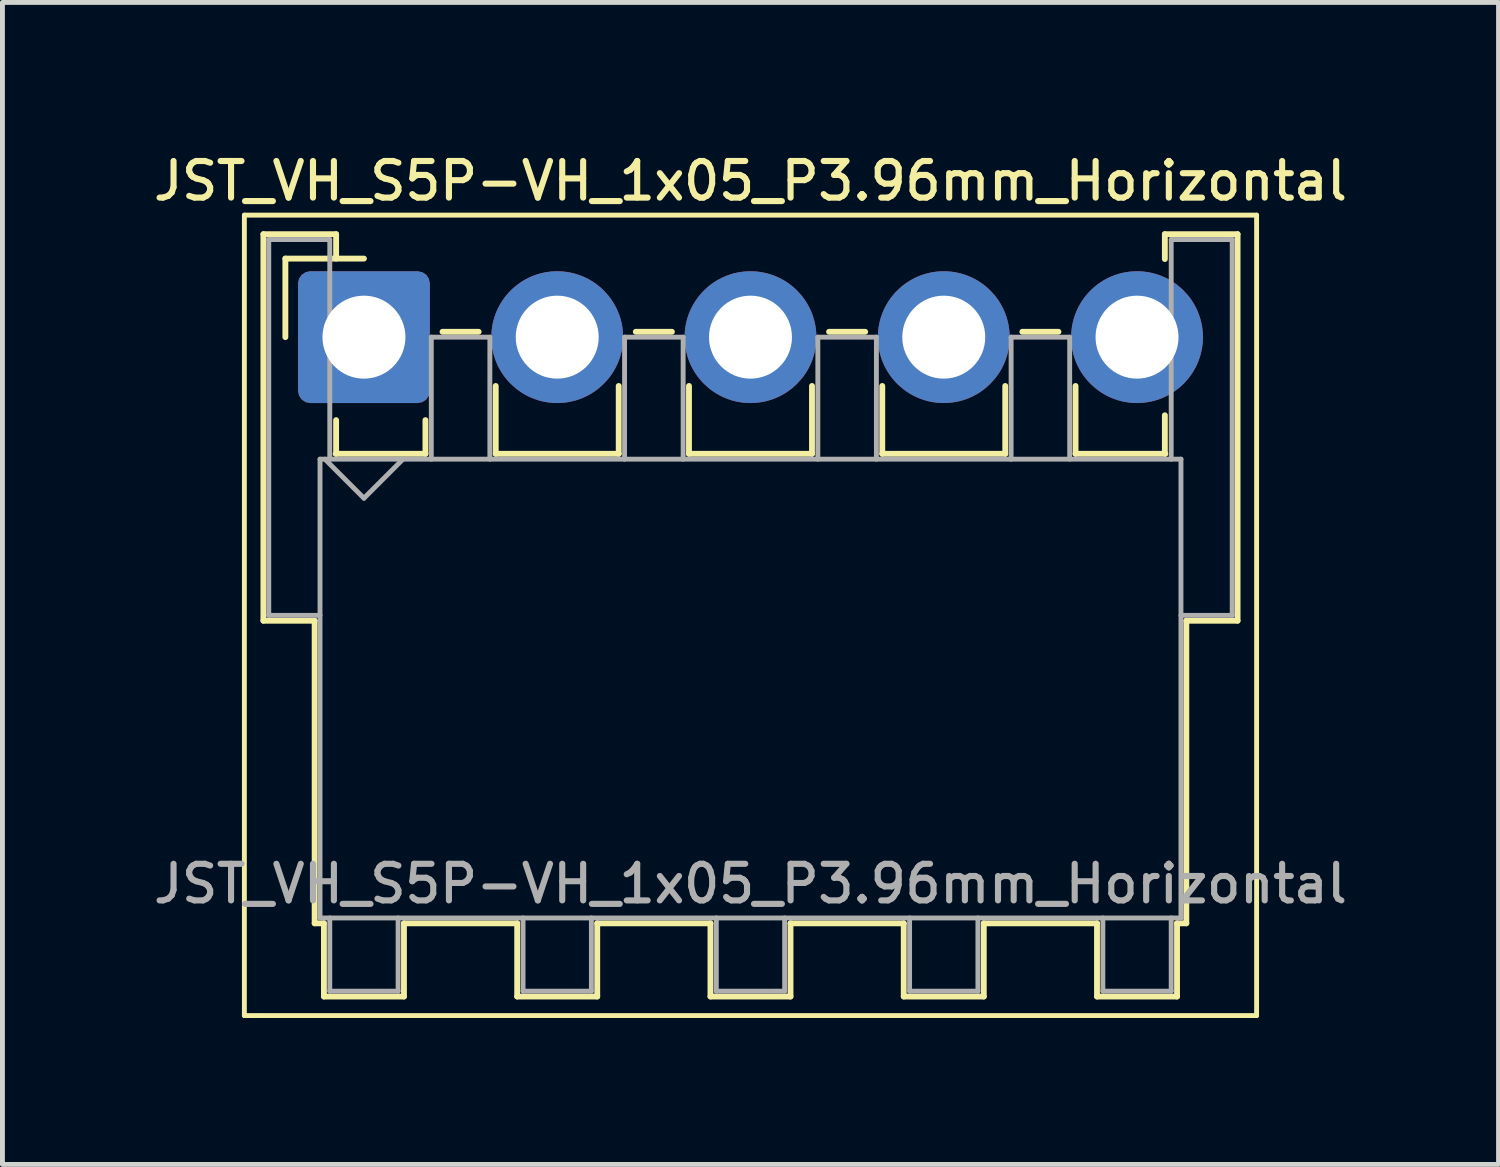
<source format=kicad_pcb>
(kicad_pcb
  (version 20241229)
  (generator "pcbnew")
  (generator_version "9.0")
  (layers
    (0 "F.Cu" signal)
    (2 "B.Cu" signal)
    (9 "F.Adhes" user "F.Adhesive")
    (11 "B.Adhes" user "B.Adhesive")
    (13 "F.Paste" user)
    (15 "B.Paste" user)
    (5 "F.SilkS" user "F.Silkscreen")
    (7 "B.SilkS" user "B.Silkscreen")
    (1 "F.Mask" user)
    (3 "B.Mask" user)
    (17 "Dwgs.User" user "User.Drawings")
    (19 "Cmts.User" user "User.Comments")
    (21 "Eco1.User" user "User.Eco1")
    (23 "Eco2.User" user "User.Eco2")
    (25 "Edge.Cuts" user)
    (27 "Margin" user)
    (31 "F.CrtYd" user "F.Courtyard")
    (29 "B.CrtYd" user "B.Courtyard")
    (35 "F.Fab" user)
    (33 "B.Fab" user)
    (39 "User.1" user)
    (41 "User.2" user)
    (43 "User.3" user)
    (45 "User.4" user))
  (footprint "JST_VH_S5P-VH_1x05_P3.96mm_Horizontal"
    (layer "F.Cu")
    (at 4.407 3.858)
    (property "Reference" "JST_VH_S5P-VH_1x05_P3.96mm_Horizontal" (at 7.92 -3.2 0) (layer "F.SilkS") (effects (font (size 0.75 0.75) (thickness 0.125))))
    (attr through_hole)
    (fp_line (start -2.45 -2.5) (end -2.45 13.9) (stroke (width 0.1) (type solid)) (layer "F.SilkS"))
    (fp_line (start -2.45 13.9) (end 18.29 13.9) (stroke (width 0.1) (type solid)) (layer "F.SilkS"))
    (fp_line (start -2.06 -2.11) (end -0.57 -2.11) (stroke (width 0.12) (type solid)) (layer "F.SilkS"))
    (fp_line (start -2.06 5.81) (end -2.06 -2.11) (stroke (width 0.12) (type solid)) (layer "F.SilkS"))
    (fp_line (start -1.61 -1.61) (end -1.61 0) (stroke (width 0.12) (type solid)) (layer "F.SilkS"))
    (fp_line (start -1.01 5.81) (end -2.06 5.81) (stroke (width 0.12) (type solid)) (layer "F.SilkS"))
    (fp_line (start -1.01 5.81) (end -1.01 12.01) (stroke (width 0.12) (type solid)) (layer "F.SilkS"))
    (fp_line (start -1.01 12.01) (end -0.82 12.01) (stroke (width 0.12) (type solid)) (layer "F.SilkS"))
    (fp_line (start -0.82 12.01) (end -0.82 13.51) (stroke (width 0.12) (type solid)) (layer "F.SilkS"))
    (fp_line (start -0.82 13.51) (end 0.82 13.51) (stroke (width 0.12) (type solid)) (layer "F.SilkS"))
    (fp_line (start -0.58 2.39) (end 1.26 2.39) (stroke (width 0.12) (type solid)) (layer "F.SilkS"))
    (fp_line (start -0.57 -2.11) (end -0.57 -1.61) (stroke (width 0.12) (type solid)) (layer "F.SilkS"))
    (fp_line (start -0.57 1.7) (end -0.57 2.39) (stroke (width 0.12) (type solid)) (layer "F.SilkS"))
    (fp_line (start 0 -1.61) (end -1.61 -1.61) (stroke (width 0.12) (type solid)) (layer "F.SilkS"))
    (fp_line (start 0.82 12.01) (end 3.14 12.01) (stroke (width 0.12) (type solid)) (layer "F.SilkS"))
    (fp_line (start 0.82 13.51) (end 0.82 12.01) (stroke (width 0.12) (type solid)) (layer "F.SilkS"))
    (fp_line (start 1.26 2.39) (end 1.26 1.7) (stroke (width 0.12) (type solid)) (layer "F.SilkS"))
    (fp_line (start 1.61 -0.11) (end 2.35 -0.11) (stroke (width 0.12) (type solid)) (layer "F.SilkS"))
    (fp_line (start 2.7 1) (end 2.7 2.39) (stroke (width 0.12) (type solid)) (layer "F.SilkS"))
    (fp_line (start 2.7 2.39) (end 5.22 2.39) (stroke (width 0.12) (type solid)) (layer "F.SilkS"))
    (fp_line (start 3.14 12.01) (end 3.14 13.51) (stroke (width 0.12) (type solid)) (layer "F.SilkS"))
    (fp_line (start 3.14 13.51) (end 4.78 13.51) (stroke (width 0.12) (type solid)) (layer "F.SilkS"))
    (fp_line (start 4.78 12.01) (end 7.1 12.01) (stroke (width 0.12) (type solid)) (layer "F.SilkS"))
    (fp_line (start 4.78 13.51) (end 4.78 12.01) (stroke (width 0.12) (type solid)) (layer "F.SilkS"))
    (fp_line (start 5.22 2.39) (end 5.22 1) (stroke (width 0.12) (type solid)) (layer "F.SilkS"))
    (fp_line (start 5.57 -0.11) (end 6.31 -0.11) (stroke (width 0.12) (type solid)) (layer "F.SilkS"))
    (fp_line (start 6.66 1) (end 6.66 2.39) (stroke (width 0.12) (type solid)) (layer "F.SilkS"))
    (fp_line (start 6.66 2.39) (end 9.18 2.39) (stroke (width 0.12) (type solid)) (layer "F.SilkS"))
    (fp_line (start 7.1 12.01) (end 7.1 13.51) (stroke (width 0.12) (type solid)) (layer "F.SilkS"))
    (fp_line (start 7.1 13.51) (end 8.74 13.51) (stroke (width 0.12) (type solid)) (layer "F.SilkS"))
    (fp_line (start 8.74 12.01) (end 11.06 12.01) (stroke (width 0.12) (type solid)) (layer "F.SilkS"))
    (fp_line (start 8.74 13.51) (end 8.74 12.01) (stroke (width 0.12) (type solid)) (layer "F.SilkS"))
    (fp_line (start 9.18 2.39) (end 9.18 1) (stroke (width 0.12) (type solid)) (layer "F.SilkS"))
    (fp_line (start 9.53 -0.11) (end 10.27 -0.11) (stroke (width 0.12) (type solid)) (layer "F.SilkS"))
    (fp_line (start 10.62 1) (end 10.62 2.39) (stroke (width 0.12) (type solid)) (layer "F.SilkS"))
    (fp_line (start 10.62 2.39) (end 13.14 2.39) (stroke (width 0.12) (type solid)) (layer "F.SilkS"))
    (fp_line (start 11.06 12.01) (end 11.06 13.51) (stroke (width 0.12) (type solid)) (layer "F.SilkS"))
    (fp_line (start 11.06 13.51) (end 12.7 13.51) (stroke (width 0.12) (type solid)) (layer "F.SilkS"))
    (fp_line (start 12.7 12.01) (end 15.02 12.01) (stroke (width 0.12) (type solid)) (layer "F.SilkS"))
    (fp_line (start 12.7 13.51) (end 12.7 12.01) (stroke (width 0.12) (type solid)) (layer "F.SilkS"))
    (fp_line (start 13.14 2.39) (end 13.14 1) (stroke (width 0.12) (type solid)) (layer "F.SilkS"))
    (fp_line (start 13.49 -0.11) (end 14.23 -0.11) (stroke (width 0.12) (type solid)) (layer "F.SilkS"))
    (fp_line (start 14.58 1) (end 14.58 2.39) (stroke (width 0.12) (type solid)) (layer "F.SilkS"))
    (fp_line (start 14.58 2.39) (end 16.42 2.39) (stroke (width 0.12) (type solid)) (layer "F.SilkS"))
    (fp_line (start 15.02 12.01) (end 15.02 13.51) (stroke (width 0.12) (type solid)) (layer "F.SilkS"))
    (fp_line (start 15.02 13.51) (end 16.66 13.51) (stroke (width 0.12) (type solid)) (layer "F.SilkS"))
    (fp_line (start 16.41 -2.11) (end 17.9 -2.11) (stroke (width 0.12) (type solid)) (layer "F.SilkS"))
    (fp_line (start 16.41 -1.6) (end 16.41 -2.11) (stroke (width 0.12) (type solid)) (layer "F.SilkS"))
    (fp_line (start 16.41 2.39) (end 16.41 1.6) (stroke (width 0.12) (type solid)) (layer "F.SilkS"))
    (fp_line (start 16.66 12.01) (end 16.85 12.01) (stroke (width 0.12) (type solid)) (layer "F.SilkS"))
    (fp_line (start 16.66 13.51) (end 16.66 12.01) (stroke (width 0.12) (type solid)) (layer "F.SilkS"))
    (fp_line (start 16.85 12.01) (end 16.85 5.81) (stroke (width 0.12) (type solid)) (layer "F.SilkS"))
    (fp_line (start 17.9 -2.11) (end 17.9 5.81) (stroke (width 0.12) (type solid)) (layer "F.SilkS"))
    (fp_line (start 17.9 5.81) (end 16.85 5.81) (stroke (width 0.12) (type solid)) (layer "F.SilkS"))
    (fp_line (start 18.29 -2.5) (end -2.45 -2.5) (stroke (width 0.1) (type solid)) (layer "F.SilkS"))
    (fp_line (start 18.29 13.9) (end 18.29 -2.5) (stroke (width 0.1) (type solid)) (layer "F.SilkS"))
    (fp_line (start -1.95 -2) (end -0.7 -2) (stroke (width 0.1) (type solid)) (layer "F.Fab"))
    (fp_line (start -1.95 5.7) (end -1.95 -2) (stroke (width 0.1) (type solid)) (layer "F.Fab"))
    (fp_line (start -0.9 2.5) (end -0.9 11.9) (stroke (width 0.1) (type solid)) (layer "F.Fab"))
    (fp_line (start -0.9 5.7) (end -1.95 5.7) (stroke (width 0.1) (type solid)) (layer "F.Fab"))
    (fp_line (start -0.9 11.9) (end 16.74 11.9) (stroke (width 0.1) (type solid)) (layer "F.Fab"))
    (fp_line (start -0.8 2.5) (end 0 3.3) (stroke (width 0.1) (type solid)) (layer "F.Fab"))
    (fp_line (start -0.7 -2) (end -0.7 2.5) (stroke (width 0.1) (type solid)) (layer "F.Fab"))
    (fp_line (start -0.7 11.9) (end -0.7 13.4) (stroke (width 0.1) (type solid)) (layer "F.Fab"))
    (fp_line (start -0.7 13.4) (end 0.7 13.4) (stroke (width 0.1) (type solid)) (layer "F.Fab"))
    (fp_line (start 0 3.3) (end 0.8 2.5) (stroke (width 0.1) (type solid)) (layer "F.Fab"))
    (fp_line (start 0.7 13.4) (end 0.7 11.9) (stroke (width 0.1) (type solid)) (layer "F.Fab"))
    (fp_line (start 1.38 0) (end 2.58 0) (stroke (width 0.1) (type solid)) (layer "F.Fab"))
    (fp_line (start 1.38 2.5) (end 1.38 0) (stroke (width 0.1) (type solid)) (layer "F.Fab"))
    (fp_line (start 2.58 0) (end 2.58 2.5) (stroke (width 0.1) (type solid)) (layer "F.Fab"))
    (fp_line (start 3.26 11.9) (end 3.26 13.4) (stroke (width 0.1) (type solid)) (layer "F.Fab"))
    (fp_line (start 3.26 13.4) (end 4.66 13.4) (stroke (width 0.1) (type solid)) (layer "F.Fab"))
    (fp_line (start 4.66 13.4) (end 4.66 11.9) (stroke (width 0.1) (type solid)) (layer "F.Fab"))
    (fp_line (start 5.34 0) (end 6.54 0) (stroke (width 0.1) (type solid)) (layer "F.Fab"))
    (fp_line (start 5.34 2.5) (end 5.34 0) (stroke (width 0.1) (type solid)) (layer "F.Fab"))
    (fp_line (start 6.54 0) (end 6.54 2.5) (stroke (width 0.1) (type solid)) (layer "F.Fab"))
    (fp_line (start 7.22 11.9) (end 7.22 13.4) (stroke (width 0.1) (type solid)) (layer "F.Fab"))
    (fp_line (start 7.22 13.4) (end 8.62 13.4) (stroke (width 0.1) (type solid)) (layer "F.Fab"))
    (fp_line (start 8.62 13.4) (end 8.62 11.9) (stroke (width 0.1) (type solid)) (layer "F.Fab"))
    (fp_line (start 9.3 0) (end 10.5 0) (stroke (width 0.1) (type solid)) (layer "F.Fab"))
    (fp_line (start 9.3 2.5) (end 9.3 0) (stroke (width 0.1) (type solid)) (layer "F.Fab"))
    (fp_line (start 10.5 0) (end 10.5 2.5) (stroke (width 0.1) (type solid)) (layer "F.Fab"))
    (fp_line (start 11.18 11.9) (end 11.18 13.4) (stroke (width 0.1) (type solid)) (layer "F.Fab"))
    (fp_line (start 11.18 13.4) (end 12.58 13.4) (stroke (width 0.1) (type solid)) (layer "F.Fab"))
    (fp_line (start 12.58 13.4) (end 12.58 11.9) (stroke (width 0.1) (type solid)) (layer "F.Fab"))
    (fp_line (start 13.26 0) (end 14.46 0) (stroke (width 0.1) (type solid)) (layer "F.Fab"))
    (fp_line (start 13.26 2.5) (end 13.26 0) (stroke (width 0.1) (type solid)) (layer "F.Fab"))
    (fp_line (start 14.46 0) (end 14.46 2.5) (stroke (width 0.1) (type solid)) (layer "F.Fab"))
    (fp_line (start 15.14 11.9) (end 15.14 13.4) (stroke (width 0.1) (type solid)) (layer "F.Fab"))
    (fp_line (start 15.14 13.4) (end 16.54 13.4) (stroke (width 0.1) (type solid)) (layer "F.Fab"))
    (fp_line (start 16.54 -2) (end 17.79 -2) (stroke (width 0.1) (type solid)) (layer "F.Fab"))
    (fp_line (start 16.54 2.5) (end 16.54 -2) (stroke (width 0.1) (type solid)) (layer "F.Fab"))
    (fp_line (start 16.54 13.4) (end 16.54 11.9) (stroke (width 0.1) (type solid)) (layer "F.Fab"))
    (fp_line (start 16.74 2.5) (end -0.9 2.5) (stroke (width 0.1) (type solid)) (layer "F.Fab"))
    (fp_line (start 16.74 11.9) (end 16.74 2.5) (stroke (width 0.1) (type solid)) (layer "F.Fab"))
    (fp_line (start 17.79 -2) (end 17.79 5.7) (stroke (width 0.1) (type solid)) (layer "F.Fab"))
    (fp_line (start 17.79 5.7) (end 16.74 5.7) (stroke (width 0.1) (type solid)) (layer "F.Fab"))
    (fp_text user "${REFERENCE}" (at 7.92 11.2 0) (layer "F.Fab") (effects (font (size 0.75 0.75) (thickness 0.125))))
    (pad "1" thru_hole roundrect (at 0 0) (size 2.7 2.7) (drill 1.7) (layers "*.Cu" "*.Mask") (roundrect_rratio 0.093))
    (pad "2" thru_hole circle (at 3.96 0) (size 2.7 2.7) (drill 1.7) (layers "*.Cu" "*.Mask"))
    (pad "3" thru_hole circle (at 7.92 0) (size 2.7 2.7) (drill 1.7) (layers "*.Cu" "*.Mask"))
    (pad "4" thru_hole circle (at 11.88 0) (size 2.7 2.7) (drill 1.7) (layers "*.Cu" "*.Mask"))
    (pad "5" thru_hole circle (at 15.84 0) (size 2.7 2.7) (drill 1.7) (layers "*.Cu" "*.Mask")))
  (gr_rect
    (start -3 -3)
    (end 27.654 20.808)
    (stroke (width 0.1) (type default))
    (fill no)
    (layer "Edge.Cuts")))
</source>
